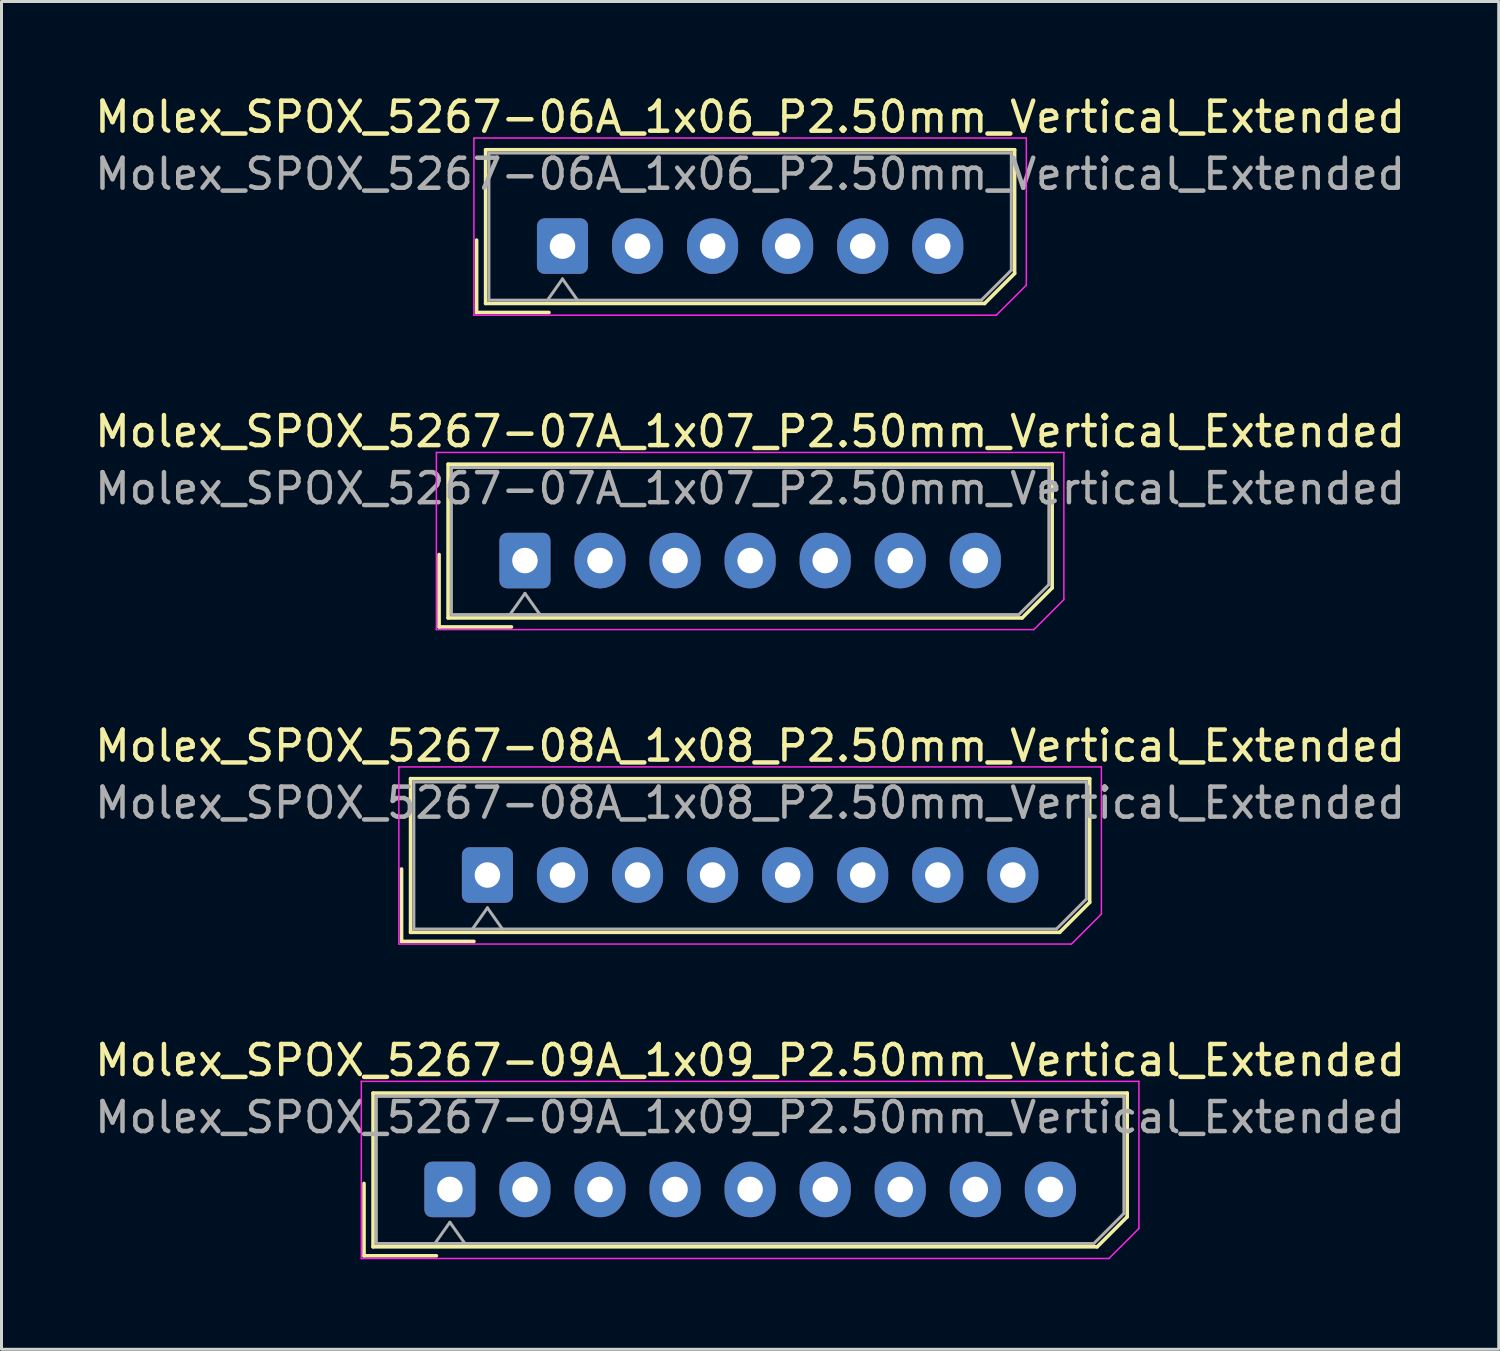
<source format=kicad_pcb>
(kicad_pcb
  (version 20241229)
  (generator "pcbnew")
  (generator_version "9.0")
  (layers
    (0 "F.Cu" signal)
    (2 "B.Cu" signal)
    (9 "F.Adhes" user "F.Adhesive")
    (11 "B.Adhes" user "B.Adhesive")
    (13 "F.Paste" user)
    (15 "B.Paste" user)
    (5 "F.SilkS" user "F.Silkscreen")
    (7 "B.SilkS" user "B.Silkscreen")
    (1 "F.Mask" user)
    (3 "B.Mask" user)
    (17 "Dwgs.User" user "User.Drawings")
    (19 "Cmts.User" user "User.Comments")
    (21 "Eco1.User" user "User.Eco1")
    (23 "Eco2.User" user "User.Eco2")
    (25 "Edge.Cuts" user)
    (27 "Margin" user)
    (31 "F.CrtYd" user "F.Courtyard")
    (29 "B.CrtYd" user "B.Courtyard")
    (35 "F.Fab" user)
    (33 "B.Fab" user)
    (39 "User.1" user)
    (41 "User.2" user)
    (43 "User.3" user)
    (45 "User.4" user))
  (footprint "Molex_SPOX_5267-09A_1x09_P2.50mm_Vertical_Extended"
    (layer "F.Cu")
    (at 11.935 36.568)
    (property "Reference" "Molex_SPOX_5267-09A_1x09_P2.50mm_Vertical_Extended" (at 10 -4.3 0) (layer "F.SilkS") (effects (font (size 1 1) (thickness 0.15))))
    (attr through_hole)
    (fp_line (start -2.86 -0.2) (end -2.86 2.21) (stroke (width 0.12) (type solid)) (layer "F.SilkS"))
    (fp_line (start -2.86 2.21) (end -0.45 2.21) (stroke (width 0.12) (type solid)) (layer "F.SilkS"))
    (fp_line (start -2.56 -3.21) (end -2.56 1.91) (stroke (width 0.12) (type solid)) (layer "F.SilkS"))
    (fp_line (start -2.56 1.91) (end 21.56 1.91) (stroke (width 0.12) (type solid)) (layer "F.SilkS"))
    (fp_line (start 21.56 1.91) (end 22.56 0.91) (stroke (width 0.12) (type solid)) (layer "F.SilkS"))
    (fp_line (start 22.56 -3.21) (end -2.56 -3.21) (stroke (width 0.12) (type solid)) (layer "F.SilkS"))
    (fp_line (start 22.56 0.91) (end 22.56 -3.21) (stroke (width 0.12) (type solid)) (layer "F.SilkS"))
    (fp_line (start -2.95 -3.6) (end -2.95 2.3) (stroke (width 0.05) (type solid)) (layer "F.CrtYd"))
    (fp_line (start -2.95 2.3) (end 21.95 2.3) (stroke (width 0.05) (type solid)) (layer "F.CrtYd"))
    (fp_line (start 21.95 2.3) (end 22.95 1.3) (stroke (width 0.05) (type solid)) (layer "F.CrtYd"))
    (fp_line (start 22.95 -3.6) (end -2.95 -3.6) (stroke (width 0.05) (type solid)) (layer "F.CrtYd"))
    (fp_line (start 22.95 1.3) (end 22.95 -3.6) (stroke (width 0.05) (type solid)) (layer "F.CrtYd"))
    (fp_line (start -2.45 -3.1) (end -2.45 1.8) (stroke (width 0.1) (type solid)) (layer "F.Fab"))
    (fp_line (start -2.45 1.8) (end 21.45 1.8) (stroke (width 0.1) (type solid)) (layer "F.Fab"))
    (fp_line (start -0.5 1.8) (end 0 1.093) (stroke (width 0.1) (type solid)) (layer "F.Fab"))
    (fp_line (start 0 1.093) (end 0.5 1.8) (stroke (width 0.1) (type solid)) (layer "F.Fab"))
    (fp_line (start 21.45 1.8) (end 22.45 0.8) (stroke (width 0.1) (type solid)) (layer "F.Fab"))
    (fp_line (start 22.45 -3.1) (end -2.45 -3.1) (stroke (width 0.1) (type solid)) (layer "F.Fab"))
    (fp_line (start 22.45 0.8) (end 22.45 -3.1) (stroke (width 0.1) (type solid)) (layer "F.Fab"))
    (fp_text user "${REFERENCE}" (at 10 -2.4 0) (layer "F.Fab") (effects (font (size 1 1) (thickness 0.15))))
    (pad "1" thru_hole roundrect (at 0 0) (size 1.7 1.85) (drill 0.85) (layers "*.Cu" "*.Mask") (roundrect_rratio 0.147))
    (pad "2" thru_hole oval (at 2.5 0) (size 1.7 1.85) (drill 0.85) (layers "*.Cu" "*.Mask"))
    (pad "3" thru_hole oval (at 5 0) (size 1.7 1.85) (drill 0.85) (layers "*.Cu" "*.Mask"))
    (pad "4" thru_hole oval (at 7.5 0) (size 1.7 1.85) (drill 0.85) (layers "*.Cu" "*.Mask"))
    (pad "5" thru_hole oval (at 10 0) (size 1.7 1.85) (drill 0.85) (layers "*.Cu" "*.Mask"))
    (pad "6" thru_hole oval (at 12.5 0) (size 1.7 1.85) (drill 0.85) (layers "*.Cu" "*.Mask"))
    (pad "7" thru_hole oval (at 15 0) (size 1.7 1.85) (drill 0.85) (layers "*.Cu" "*.Mask"))
    (pad "8" thru_hole oval (at 17.5 0) (size 1.7 1.85) (drill 0.85) (layers "*.Cu" "*.Mask"))
    (pad "9" thru_hole oval (at 20 0) (size 1.7 1.85) (drill 0.85) (layers "*.Cu" "*.Mask")))
  (footprint "Molex_SPOX_5267-07A_1x07_P2.50mm_Vertical_Extended"
    (layer "F.Cu")
    (at 14.435 15.621)
    (property "Reference" "Molex_SPOX_5267-07A_1x07_P2.50mm_Vertical_Extended" (at 7.5 -4.3 0) (layer "F.SilkS") (effects (font (size 1 1) (thickness 0.15))))
    (attr through_hole)
    (fp_line (start -2.86 -0.2) (end -2.86 2.21) (stroke (width 0.12) (type solid)) (layer "F.SilkS"))
    (fp_line (start -2.86 2.21) (end -0.45 2.21) (stroke (width 0.12) (type solid)) (layer "F.SilkS"))
    (fp_line (start -2.56 -3.21) (end -2.56 1.91) (stroke (width 0.12) (type solid)) (layer "F.SilkS"))
    (fp_line (start -2.56 1.91) (end 16.56 1.91) (stroke (width 0.12) (type solid)) (layer "F.SilkS"))
    (fp_line (start 16.56 1.91) (end 17.56 0.91) (stroke (width 0.12) (type solid)) (layer "F.SilkS"))
    (fp_line (start 17.56 -3.21) (end -2.56 -3.21) (stroke (width 0.12) (type solid)) (layer "F.SilkS"))
    (fp_line (start 17.56 0.91) (end 17.56 -3.21) (stroke (width 0.12) (type solid)) (layer "F.SilkS"))
    (fp_line (start -2.95 -3.6) (end -2.95 2.3) (stroke (width 0.05) (type solid)) (layer "F.CrtYd"))
    (fp_line (start -2.95 2.3) (end 16.95 2.3) (stroke (width 0.05) (type solid)) (layer "F.CrtYd"))
    (fp_line (start 16.95 2.3) (end 17.95 1.3) (stroke (width 0.05) (type solid)) (layer "F.CrtYd"))
    (fp_line (start 17.95 -3.6) (end -2.95 -3.6) (stroke (width 0.05) (type solid)) (layer "F.CrtYd"))
    (fp_line (start 17.95 1.3) (end 17.95 -3.6) (stroke (width 0.05) (type solid)) (layer "F.CrtYd"))
    (fp_line (start -2.45 -3.1) (end -2.45 1.8) (stroke (width 0.1) (type solid)) (layer "F.Fab"))
    (fp_line (start -2.45 1.8) (end 16.45 1.8) (stroke (width 0.1) (type solid)) (layer "F.Fab"))
    (fp_line (start -0.5 1.8) (end 0 1.093) (stroke (width 0.1) (type solid)) (layer "F.Fab"))
    (fp_line (start 0 1.093) (end 0.5 1.8) (stroke (width 0.1) (type solid)) (layer "F.Fab"))
    (fp_line (start 16.45 1.8) (end 17.45 0.8) (stroke (width 0.1) (type solid)) (layer "F.Fab"))
    (fp_line (start 17.45 -3.1) (end -2.45 -3.1) (stroke (width 0.1) (type solid)) (layer "F.Fab"))
    (fp_line (start 17.45 0.8) (end 17.45 -3.1) (stroke (width 0.1) (type solid)) (layer "F.Fab"))
    (fp_text user "${REFERENCE}" (at 7.5 -2.4 0) (layer "F.Fab") (effects (font (size 1 1) (thickness 0.15))))
    (pad "1" thru_hole roundrect (at 0 0) (size 1.7 1.85) (drill 0.85) (layers "*.Cu" "*.Mask") (roundrect_rratio 0.147))
    (pad "2" thru_hole oval (at 2.5 0) (size 1.7 1.85) (drill 0.85) (layers "*.Cu" "*.Mask"))
    (pad "3" thru_hole oval (at 5 0) (size 1.7 1.85) (drill 0.85) (layers "*.Cu" "*.Mask"))
    (pad "4" thru_hole oval (at 7.5 0) (size 1.7 1.85) (drill 0.85) (layers "*.Cu" "*.Mask"))
    (pad "5" thru_hole oval (at 10 0) (size 1.7 1.85) (drill 0.85) (layers "*.Cu" "*.Mask"))
    (pad "6" thru_hole oval (at 12.5 0) (size 1.7 1.85) (drill 0.85) (layers "*.Cu" "*.Mask"))
    (pad "7" thru_hole oval (at 15 0) (size 1.7 1.85) (drill 0.85) (layers "*.Cu" "*.Mask")))
  (footprint "Molex_SPOX_5267-08A_1x08_P2.50mm_Vertical_Extended"
    (layer "F.Cu")
    (at 13.185 26.095)
    (property "Reference" "Molex_SPOX_5267-08A_1x08_P2.50mm_Vertical_Extended" (at 8.75 -4.3 0) (layer "F.SilkS") (effects (font (size 1 1) (thickness 0.15))))
    (attr through_hole)
    (fp_line (start -2.86 -0.2) (end -2.86 2.21) (stroke (width 0.12) (type solid)) (layer "F.SilkS"))
    (fp_line (start -2.86 2.21) (end -0.45 2.21) (stroke (width 0.12) (type solid)) (layer "F.SilkS"))
    (fp_line (start -2.56 -3.21) (end -2.56 1.91) (stroke (width 0.12) (type solid)) (layer "F.SilkS"))
    (fp_line (start -2.56 1.91) (end 19.06 1.91) (stroke (width 0.12) (type solid)) (layer "F.SilkS"))
    (fp_line (start 19.06 1.91) (end 20.06 0.91) (stroke (width 0.12) (type solid)) (layer "F.SilkS"))
    (fp_line (start 20.06 -3.21) (end -2.56 -3.21) (stroke (width 0.12) (type solid)) (layer "F.SilkS"))
    (fp_line (start 20.06 0.91) (end 20.06 -3.21) (stroke (width 0.12) (type solid)) (layer "F.SilkS"))
    (fp_line (start -2.95 -3.6) (end -2.95 2.3) (stroke (width 0.05) (type solid)) (layer "F.CrtYd"))
    (fp_line (start -2.95 2.3) (end 19.45 2.3) (stroke (width 0.05) (type solid)) (layer "F.CrtYd"))
    (fp_line (start 19.45 2.3) (end 20.45 1.3) (stroke (width 0.05) (type solid)) (layer "F.CrtYd"))
    (fp_line (start 20.45 -3.6) (end -2.95 -3.6) (stroke (width 0.05) (type solid)) (layer "F.CrtYd"))
    (fp_line (start 20.45 1.3) (end 20.45 -3.6) (stroke (width 0.05) (type solid)) (layer "F.CrtYd"))
    (fp_line (start -2.45 -3.1) (end -2.45 1.8) (stroke (width 0.1) (type solid)) (layer "F.Fab"))
    (fp_line (start -2.45 1.8) (end 18.95 1.8) (stroke (width 0.1) (type solid)) (layer "F.Fab"))
    (fp_line (start -0.5 1.8) (end 0 1.093) (stroke (width 0.1) (type solid)) (layer "F.Fab"))
    (fp_line (start 0 1.093) (end 0.5 1.8) (stroke (width 0.1) (type solid)) (layer "F.Fab"))
    (fp_line (start 18.95 1.8) (end 19.95 0.8) (stroke (width 0.1) (type solid)) (layer "F.Fab"))
    (fp_line (start 19.95 -3.1) (end -2.45 -3.1) (stroke (width 0.1) (type solid)) (layer "F.Fab"))
    (fp_line (start 19.95 0.8) (end 19.95 -3.1) (stroke (width 0.1) (type solid)) (layer "F.Fab"))
    (fp_text user "${REFERENCE}" (at 8.75 -2.4 0) (layer "F.Fab") (effects (font (size 1 1) (thickness 0.15))))
    (pad "1" thru_hole roundrect (at 0 0) (size 1.7 1.85) (drill 0.85) (layers "*.Cu" "*.Mask") (roundrect_rratio 0.147))
    (pad "2" thru_hole oval (at 2.5 0) (size 1.7 1.85) (drill 0.85) (layers "*.Cu" "*.Mask"))
    (pad "3" thru_hole oval (at 5 0) (size 1.7 1.85) (drill 0.85) (layers "*.Cu" "*.Mask"))
    (pad "4" thru_hole oval (at 7.5 0) (size 1.7 1.85) (drill 0.85) (layers "*.Cu" "*.Mask"))
    (pad "5" thru_hole oval (at 10 0) (size 1.7 1.85) (drill 0.85) (layers "*.Cu" "*.Mask"))
    (pad "6" thru_hole oval (at 12.5 0) (size 1.7 1.85) (drill 0.85) (layers "*.Cu" "*.Mask"))
    (pad "7" thru_hole oval (at 15 0) (size 1.7 1.85) (drill 0.85) (layers "*.Cu" "*.Mask"))
    (pad "8" thru_hole oval (at 17.5 0) (size 1.7 1.85) (drill 0.85) (layers "*.Cu" "*.Mask")))
  (footprint "Molex_SPOX_5267-06A_1x06_P2.50mm_Vertical_Extended"
    (layer "F.Cu")
    (at 15.685 5.148)
    (property "Reference" "Molex_SPOX_5267-06A_1x06_P2.50mm_Vertical_Extended" (at 6.25 -4.3 0) (layer "F.SilkS") (effects (font (size 1 1) (thickness 0.15))))
    (attr through_hole)
    (fp_line (start -2.86 -0.2) (end -2.86 2.21) (stroke (width 0.12) (type solid)) (layer "F.SilkS"))
    (fp_line (start -2.86 2.21) (end -0.45 2.21) (stroke (width 0.12) (type solid)) (layer "F.SilkS"))
    (fp_line (start -2.56 -3.21) (end -2.56 1.91) (stroke (width 0.12) (type solid)) (layer "F.SilkS"))
    (fp_line (start -2.56 1.91) (end 14.06 1.91) (stroke (width 0.12) (type solid)) (layer "F.SilkS"))
    (fp_line (start 14.06 1.91) (end 15.06 0.91) (stroke (width 0.12) (type solid)) (layer "F.SilkS"))
    (fp_line (start 15.06 -3.21) (end -2.56 -3.21) (stroke (width 0.12) (type solid)) (layer "F.SilkS"))
    (fp_line (start 15.06 0.91) (end 15.06 -3.21) (stroke (width 0.12) (type solid)) (layer "F.SilkS"))
    (fp_line (start -2.95 -3.6) (end -2.95 2.3) (stroke (width 0.05) (type solid)) (layer "F.CrtYd"))
    (fp_line (start -2.95 2.3) (end 14.45 2.3) (stroke (width 0.05) (type solid)) (layer "F.CrtYd"))
    (fp_line (start 14.45 2.3) (end 15.45 1.3) (stroke (width 0.05) (type solid)) (layer "F.CrtYd"))
    (fp_line (start 15.45 -3.6) (end -2.95 -3.6) (stroke (width 0.05) (type solid)) (layer "F.CrtYd"))
    (fp_line (start 15.45 1.3) (end 15.45 -3.6) (stroke (width 0.05) (type solid)) (layer "F.CrtYd"))
    (fp_line (start -2.45 -3.1) (end -2.45 1.8) (stroke (width 0.1) (type solid)) (layer "F.Fab"))
    (fp_line (start -2.45 1.8) (end 13.95 1.8) (stroke (width 0.1) (type solid)) (layer "F.Fab"))
    (fp_line (start -0.5 1.8) (end 0 1.093) (stroke (width 0.1) (type solid)) (layer "F.Fab"))
    (fp_line (start 0 1.093) (end 0.5 1.8) (stroke (width 0.1) (type solid)) (layer "F.Fab"))
    (fp_line (start 13.95 1.8) (end 14.95 0.8) (stroke (width 0.1) (type solid)) (layer "F.Fab"))
    (fp_line (start 14.95 -3.1) (end -2.45 -3.1) (stroke (width 0.1) (type solid)) (layer "F.Fab"))
    (fp_line (start 14.95 0.8) (end 14.95 -3.1) (stroke (width 0.1) (type solid)) (layer "F.Fab"))
    (fp_text user "${REFERENCE}" (at 6.25 -2.4 0) (layer "F.Fab") (effects (font (size 1 1) (thickness 0.15))))
    (pad "1" thru_hole roundrect (at 0 0) (size 1.7 1.85) (drill 0.85) (layers "*.Cu" "*.Mask") (roundrect_rratio 0.147))
    (pad "2" thru_hole oval (at 2.5 0) (size 1.7 1.85) (drill 0.85) (layers "*.Cu" "*.Mask"))
    (pad "3" thru_hole oval (at 5 0) (size 1.7 1.85) (drill 0.85) (layers "*.Cu" "*.Mask"))
    (pad "4" thru_hole oval (at 7.5 0) (size 1.7 1.85) (drill 0.85) (layers "*.Cu" "*.Mask"))
    (pad "5" thru_hole oval (at 10 0) (size 1.7 1.85) (drill 0.85) (layers "*.Cu" "*.Mask"))
    (pad "6" thru_hole oval (at 12.5 0) (size 1.7 1.85) (drill 0.85) (layers "*.Cu" "*.Mask")))
  (gr_rect
    (start -3 -3)
    (end 46.869 41.893)
    (stroke (width 0.1) (type default))
    (fill no)
    (layer "Edge.Cuts")))
</source>
